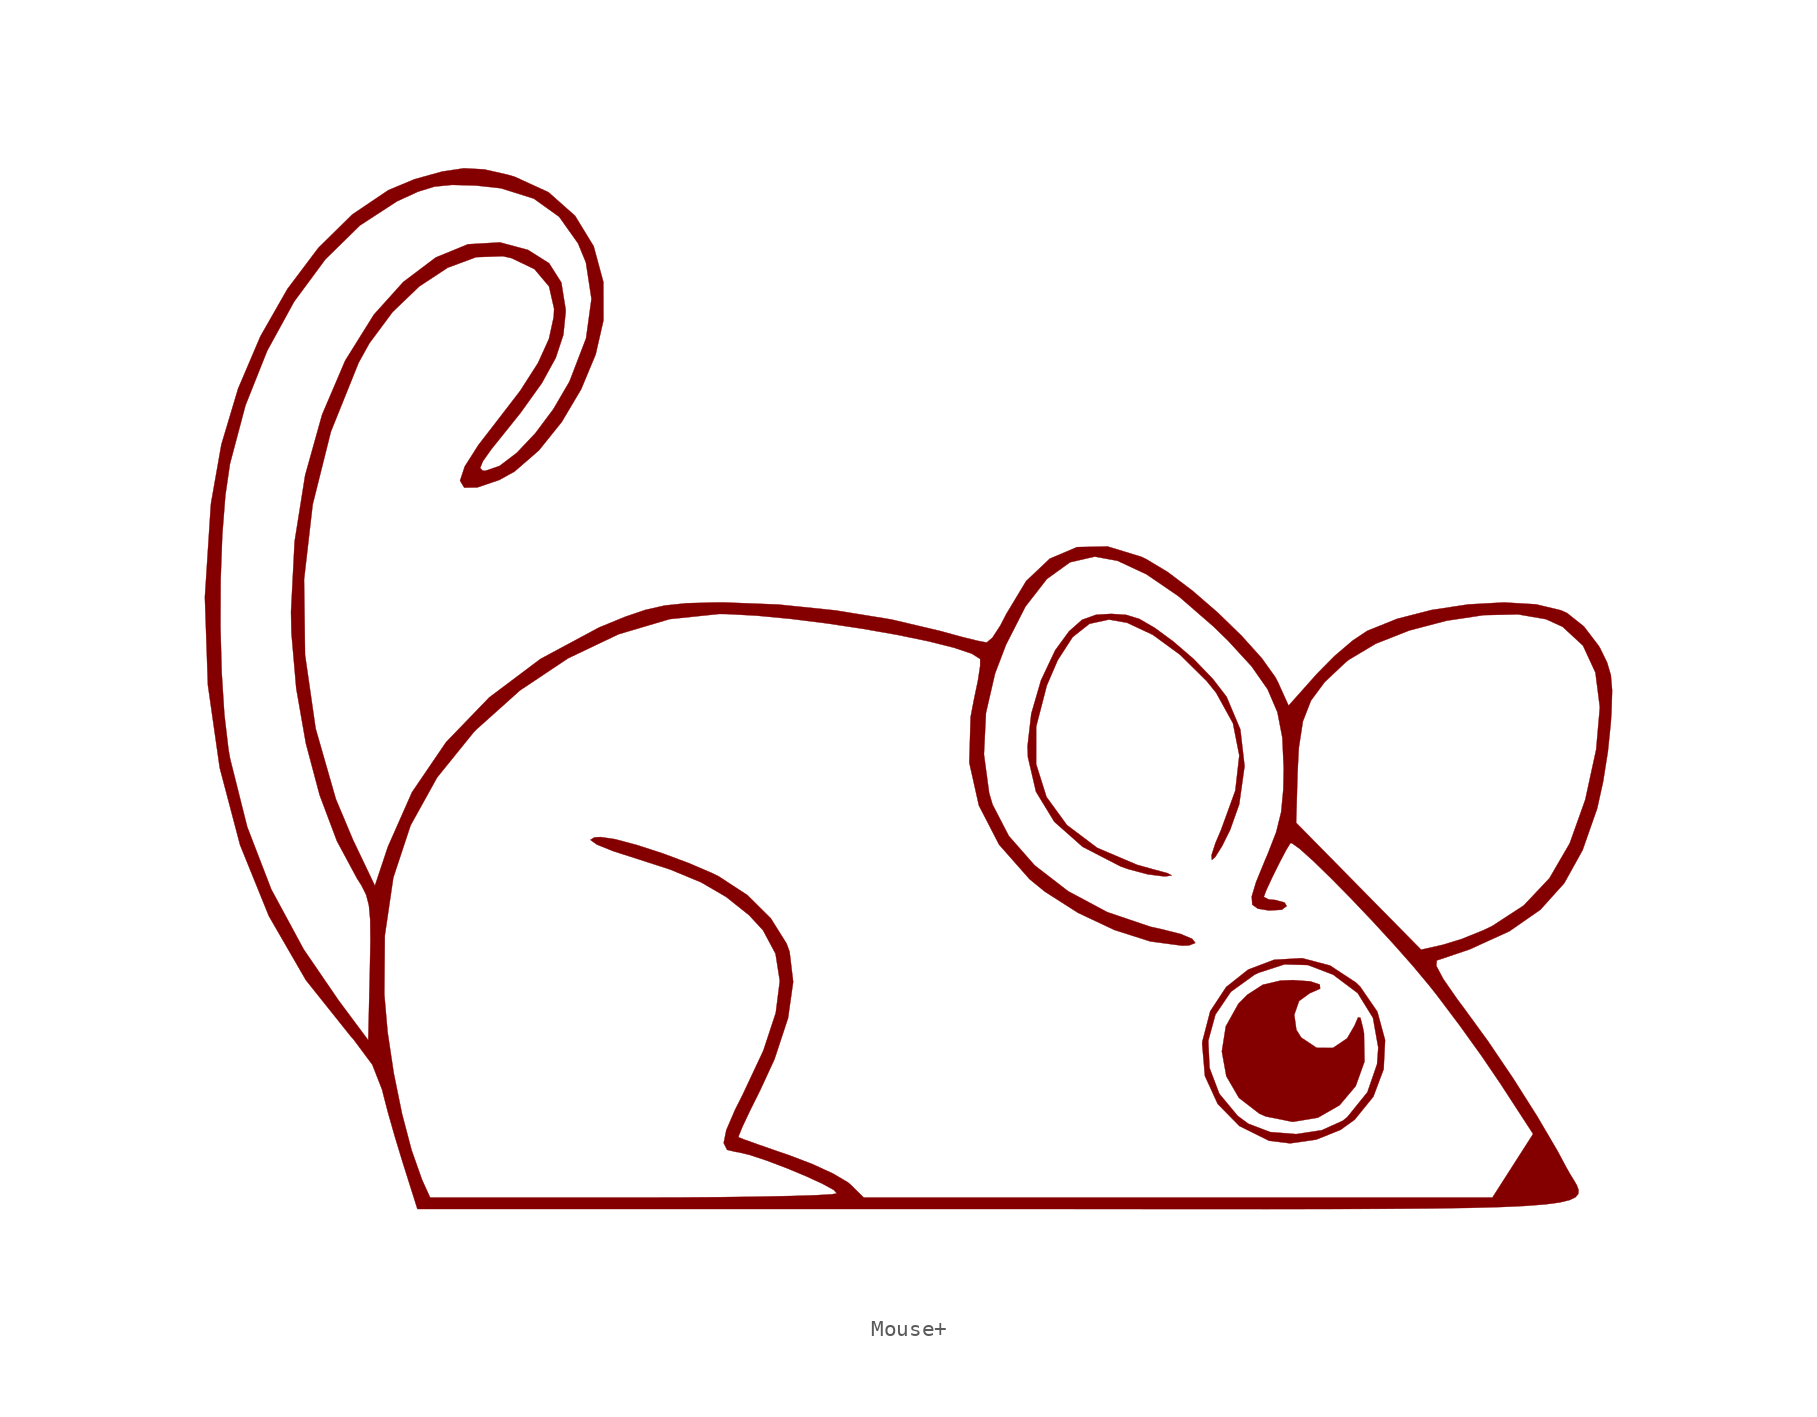
<source format=kicad_sym>
(kicad_symbol_lib
  (version 20220914)
  (generator kicad_symbol_editor)
  (symbol "Mouse+"
    (pin_names
      (offset 1.016))
    (property "Reference" "#G"
      (at 0 32.993 0)
      (effects (font (size 1.27 1.27)) hide))
    (symbol "Mouse+_0_0"
      (polyline (pts (xy 23.773 -26.487) (xy 25.126 -25.711) (xy 26.136 -24.513) (xy 26.685 -22.983) (xy 26.654 -21.212) (xy 26.589 -20.878) (xy 26.43 -20.241) (xy 26.282 -20.218) (xy 26.057 -20.739) (xy 25.596 -21.531) (xy 24.711 -22.125) (xy 23.696 -22.121) (xy 22.73 -21.479) (xy 22.427 -20.994) (xy 22.296 -20.053) (xy 22.595 -19.197) (xy 23.27 -18.702) (xy 23.295 -18.695) (xy 23.912 -18.424) (xy 23.889 -18.163) (xy 23.297 -17.965) (xy 22.208 -17.887) (xy 21.44 -17.917) (xy 20.322 -18.178) (xy 19.356 -18.805) (xy 18.8 -19.365) (xy 18.012 -20.782) (xy 17.767 -22.349) (xy 18.046 -23.895) (xy 18.832 -25.247) (xy 20.108 -26.234) (xy 20.506 -26.41) (xy 22.193 -26.75) (xy 23.773 -26.487)) (stroke (width 0.01) (type default)) (fill (type outline)))
      (polyline (pts (xy 23.667 -27.86) (xy 25.184 -27.251) (xy 26.072 -26.613) (xy 27.241 -25.171) (xy 27.882 -23.459) (xy 27.973 -21.638) (xy 27.491 -19.864) (xy 26.415 -18.297) (xy 26.147 -18.038) (xy 24.529 -16.974) (xy 22.782 -16.515) (xy 21.034 -16.615) (xy 19.409 -17.231) (xy 18.036 -18.319) (xy 17.039 -19.834) (xy 16.56 -21.678) (xy 16.919 -21.678) (xy 17.366 -20.043) (xy 18.332 -18.618) (xy 19.811 -17.551) (xy 20.086 -17.422) (xy 21.684 -16.904) (xy 23.139 -16.945) (xy 24.713 -17.544) (xy 24.724 -17.55) (xy 26.257 -18.7) (xy 27.214 -20.247) (xy 27.545 -22.109) (xy 27.47 -23.139) (xy 26.865 -24.896) (xy 25.608 -26.451) (xy 25.334 -26.673) (xy 24.017 -27.27) (xy 22.412 -27.514) (xy 20.791 -27.386) (xy 19.427 -26.868) (xy 18.757 -26.374) (xy 17.609 -24.991) (xy 16.998 -23.376) (xy 16.919 -21.678) (xy 16.56 -21.678) (xy 16.546 -21.733) (xy 16.535 -21.859) (xy 16.707 -23.878) (xy 17.505 -25.628) (xy 18.864 -27.011) (xy 20.718 -27.931) (xy 22.034 -28.093) (xy 23.667 -27.86)) (stroke (width 0.01) (type default)) (fill (type outline)))
      (polyline (pts (xy 14.296 -11.397) (xy 14.636 -11.34) (xy 14.356 -11.198) (xy 13.415 -10.944) (xy 12.466 -10.679) (xy 9.977 -9.619) (xy 8.085 -8.196) (xy 6.806 -6.439) (xy 6.158 -4.38) (xy 6.159 -2.047) (xy 6.825 0.529) (xy 7.508 2.115) (xy 8.444 3.56) (xy 9.492 4.387) (xy 10.703 4.651) (xy 11.838 4.453) (xy 13.446 3.699) (xy 15.148 2.457) (xy 16.812 0.812) (xy 17.407 0.077) (xy 18.46 -1.829) (xy 18.858 -3.844) (xy 18.607 -6.043) (xy 17.716 -8.499) (xy 17.362 -9.33) (xy 17.12 -10.084) (xy 17.144 -10.375) (xy 17.353 -10.193) (xy 17.782 -9.511) (xy 18.286 -8.496) (xy 18.854 -6.897) (xy 19.188 -4.507) (xy 18.924 -2.217) (xy 18.066 -0.181) (xy 18.051 -0.157) (xy 17.199 0.948) (xy 16.01 2.181) (xy 14.737 3.279) (xy 13.557 4.143) (xy 12.618 4.688) (xy 11.79 4.945) (xy 10.856 5.008) (xy 9.904 4.953) (xy 9.031 4.641) (xy 8.212 3.918) (xy 7.344 2.727) (xy 6.46 0.855) (xy 5.853 -1.233) (xy 5.619 -3.265) (xy 5.642 -3.943) (xy 6.146 -6.11) (xy 7.293 -7.99) (xy 9.059 -9.554) (xy 11.425 -10.775) (xy 11.903 -10.947) (xy 13.138 -11.276) (xy 14.131 -11.401) (xy 14.296 -11.397)) (stroke (width 0.01) (type default)) (fill (type outline)))
      (polyline (pts (xy 24.607 -32.199) (xy 27.987 -32.187) (xy 30.855 -32.164) (xy 33.25 -32.128) (xy 35.211 -32.075) (xy 36.778 -32.002) (xy 37.988 -31.908) (xy 38.882 -31.789) (xy 39.498 -31.642) (xy 39.875 -31.463) (xy 40.052 -31.252) (xy 40.067 -31.004) (xy 39.961 -30.716) (xy 39.772 -30.387) (xy 39.538 -30.012) (xy 39.3 -29.589) (xy 38.752 -28.564) (xy 37.485 -26.405) (xy 35.987 -24.04) (xy 34.4 -21.694) (xy 32.868 -19.589) (xy 32.492 -19.089) (xy 31.613 -17.82) (xy 31.175 -16.998) (xy 31.201 -16.661) (xy 33.251 -15.969) (xy 35.739 -14.837) (xy 37.681 -13.488) (xy 39.175 -11.828) (xy 40.321 -9.762) (xy 41.218 -7.199) (xy 41.247 -7.094) (xy 41.601 -5.492) (xy 41.901 -3.594) (xy 42.085 -1.789) (xy 42.125 -1.14) (xy 42.166 0.213) (xy 42.087 1.171) (xy 41.854 1.964) (xy 41.434 2.824) (xy 41.331 3.007) (xy 40.404 4.22) (xy 39.349 5.06) (xy 38.974 5.231) (xy 37.4 5.606) (xy 35.405 5.723) (xy 33.172 5.6) (xy 30.882 5.253) (xy 28.718 4.698) (xy 26.86 3.95) (xy 25.941 3.337) (xy 24.8 2.365) (xy 23.709 1.259) (xy 21.938 -0.729) (xy 21.278 0.733) (xy 21.116 1.046) (xy 20.268 2.231) (xy 19.021 3.621) (xy 17.525 5.077) (xy 15.93 6.457) (xy 14.388 7.621) (xy 13.048 8.427) (xy 12.728 8.578) (xy 10.622 9.223) (xy 8.712 9.182) (xy 7.011 8.46) (xy 5.531 7.06) (xy 4.284 4.989) (xy 3.922 4.285) (xy 3.422 3.518) (xy 3.068 3.22) (xy 3.05 3.22) (xy 2.49 3.327) (xy 1.468 3.581) (xy 0.19 3.932) (xy 0.17 3.938) (xy -2.898 4.66) (xy -6.374 5.225) (xy -9.961 5.593) (xy -13.364 5.724) (xy -13.95 5.722) (xy -15.709 5.673) (xy -17.065 5.531) (xy -18.262 5.26) (xy -19.541 4.826) (xy -21.174 4.155) (xy -24.831 2.191) (xy -28.036 -0.217) (xy -30.731 -3.011) (xy -32.86 -6.138) (xy -34.366 -9.543) (xy -35.18 -11.985) (xy -36.546 -9.123) (xy -37.62 -6.568) (xy -38.884 -2.16) (xy -39.547 2.452) (xy -39.608 7.156) (xy -39.069 11.84) (xy -37.932 16.393) (xy -36.198 20.704) (xy -35.52 21.929) (xy -34.073 23.878) (xy -32.404 25.479) (xy -30.626 26.65) (xy -28.849 27.307) (xy -27.187 27.367) (xy -26.635 27.245) (xy -25.205 26.559) (xy -24.293 25.475) (xy -23.977 24.076) (xy -24.002 23.566) (xy -24.301 22.198) (xy -24.981 20.698) (xy -26.097 18.956) (xy -27.706 16.864) (xy -28.714 15.56) (xy -29.564 14.223) (xy -29.858 13.336) (xy -29.596 12.899) (xy -28.78 12.912) (xy -27.408 13.376) (xy -26.448 13.906) (xy -24.925 15.229) (xy -23.501 17) (xy -22.283 19.053) (xy -21.377 21.227) (xy -20.891 23.357) (xy -20.897 25.753) (xy -21.503 27.991) (xy -22.665 29.893) (xy -24.331 31.37) (xy -26.449 32.339) (xy -26.886 32.465) (xy -28.346 32.796) (xy -29.612 32.864) (xy -30.969 32.662) (xy -32.7 32.182) (xy -34.343 31.496) (xy -36.596 29.977) (xy -38.716 27.89) (xy -40.648 25.322) (xy -42.339 22.36) (xy -43.733 19.089) (xy -44.778 15.597) (xy -45.419 11.968) (xy -45.44 11.783) (xy -45.81 6.042) (xy -45.747 4.212) (xy -44.835 4.212) (xy -44.822 7.145) (xy -44.72 9.944) (xy -44.527 12.417) (xy -44.243 14.371) (xy -44.239 14.391) (xy -43.269 18.044) (xy -41.912 21.453) (xy -40.228 24.527) (xy -38.275 27.171) (xy -36.113 29.291) (xy -33.802 30.795) (xy -33.783 30.805) (xy -32.488 31.399) (xy -31.454 31.718) (xy -30.358 31.825) (xy -28.874 31.786) (xy -27.299 31.613) (xy -25.246 30.966) (xy -23.662 29.831) (xy -22.484 28.172) (xy -21.99 26.977) (xy -21.642 24.701) (xy -21.98 22.235) (xy -23.002 19.573) (xy -23.052 19.473) (xy -24.023 17.812) (xy -25.146 16.307) (xy -26.306 15.081) (xy -27.389 14.255) (xy -28.279 13.952) (xy -28.451 13.967) (xy -28.601 14.133) (xy -28.425 14.556) (xy -27.874 15.33) (xy -26.897 16.546) (xy -26.07 17.578) (xy -24.744 19.43) (xy -23.874 21.012) (xy -23.398 22.452) (xy -23.253 23.875) (xy -23.255 24.045) (xy -23.524 25.721) (xy -24.292 26.93) (xy -25.614 27.763) (xy -27.361 28.232) (xy -29.364 28.115) (xy -31.374 27.291) (xy -33.408 25.758) (xy -35.245 23.716) (xy -37.038 20.843) (xy -38.48 17.468) (xy -39.542 13.672) (xy -40.2 9.534) (xy -40.425 5.133) (xy -40.399 3.814) (xy -40.098 0.346) (xy -39.496 -3.091) (xy -38.634 -6.328) (xy -37.554 -9.198) (xy -36.298 -11.533) (xy -36.015 -11.978) (xy -35.728 -12.555) (xy -35.556 -13.215) (xy -35.474 -14.115) (xy -35.461 -15.414) (xy -35.495 -17.27) (xy -35.53 -18.782) (xy -34.59 -18.782) (xy -34.56 -15.106) (xy -34.028 -11.48) (xy -32.947 -8.212) (xy -31.287 -5.218) (xy -29.02 -2.414) (xy -28.836 -2.221) (xy -26.106 0.225) (xy -23.099 2.231) (xy -19.941 3.735) (xy -16.753 4.679) (xy -13.662 5.001) (xy -13.181 4.995) (xy -11.313 4.896) (xy -9.189 4.695) (xy -6.932 4.413) (xy -4.661 4.071) (xy -2.498 3.69) (xy -0.563 3.29) (xy 1.021 2.892) (xy 2.135 2.518) (xy 2.658 2.188) (xy 2.659 1.766) (xy 2.519 0.845) (xy 2.265 -0.366) (xy 2.06 -1.445) (xy 1.977 -4.294) (xy 2.576 -6.97) (xy 3.839 -9.418) (xy 5.749 -11.581) (xy 6.696 -12.354) (xy 8.779 -13.685) (xy 11.052 -14.755) (xy 13.296 -15.471) (xy 15.294 -15.737) (xy 15.726 -15.717) (xy 16.112 -15.564) (xy 15.914 -15.308) (xy 15.2 -15.005) (xy 14.042 -14.714) (xy 13.297 -14.549) (xy 10.61 -13.638) (xy 8.161 -12.331) (xy 6.068 -10.715) (xy 4.452 -8.877) (xy 3.43 -6.905) (xy 3.22 -6.186) (xy 2.895 -3.773) (xy 3.02 -1.192) (xy 3.588 1.272) (xy 4.274 3.077) (xy 5.489 5.462) (xy 6.828 7.186) (xy 8.277 8.233) (xy 9.821 8.586) (xy 11.237 8.327) (xy 13.049 7.483) (xy 15.079 6.095) (xy 17.258 4.202) (xy 18.161 3.32) (xy 19.628 1.722) (xy 20.628 0.29) (xy 21.241 -1.141) (xy 21.549 -2.733) (xy 21.633 -4.651) (xy 21.609 -5.969) (xy 21.474 -7.385) (xy 21.309 -8.049) (xy 22.411 -8.049) (xy 22.504 -4.83) (xy 22.58 -3.364) (xy 22.834 -1.711) (xy 23.34 -0.414) (xy 24.19 0.737) (xy 25.475 1.949) (xy 25.717 2.144) (xy 27.388 3.141) (xy 29.484 3.967) (xy 31.801 4.577) (xy 34.134 4.928) (xy 36.278 4.976) (xy 38.029 4.674) (xy 39.069 4.199) (xy 40.344 3.019) (xy 41.121 1.337) (xy 41.397 -0.832) (xy 41.166 -3.476) (xy 40.485 -6.607) (xy 39.512 -9.338) (xy 38.243 -11.52) (xy 36.637 -13.222) (xy 34.654 -14.513) (xy 34.106 -14.774) (xy 32.758 -15.318) (xy 31.595 -15.676) (xy 30.222 -15.984) (xy 26.316 -12.017) (xy 22.411 -8.049) (xy 21.309 -8.049) (xy 21.166 -8.63) (xy 20.627 -10.017) (xy 20.473 -10.374) (xy 19.902 -11.77) (xy 19.634 -12.662) (xy 19.67 -13.172) (xy 20.012 -13.42) (xy 20.66 -13.528) (xy 20.739 -13.534) (xy 21.511 -13.491) (xy 21.823 -13.259) (xy 21.688 -13.038) (xy 21.107 -12.879) (xy 20.692 -12.843) (xy 20.392 -12.686) (xy 20.392 -12.678) (xy 20.554 -12.251) (xy 20.924 -11.454) (xy 21.38 -10.534) (xy 21.798 -9.741) (xy 22.056 -9.32) (xy 22.148 -9.329) (xy 22.652 -9.694) (xy 23.5 -10.459) (xy 24.601 -11.531) (xy 25.865 -12.816) (xy 27.202 -14.223) (xy 28.521 -15.659) (xy 29.733 -17.03) (xy 30.746 -18.245) (xy 31.252 -18.887) (xy 32.636 -20.726) (xy 34.031 -22.67) (xy 35.202 -24.395) (xy 37.224 -27.505) (xy 35.952 -29.493) (xy 34.679 -31.482) (xy 15.031 -31.482) (xy -4.618 -31.482) (xy -5.439 -30.673) (xy -5.625 -30.52) (xy -6.527 -29.988) (xy -7.824 -29.39) (xy -9.301 -28.828) (xy -9.96 -28.603) (xy -11.203 -28.171) (xy -12.085 -27.855) (xy -12.448 -27.712) (xy -12.435 -27.625) (xy -12.197 -27.044) (xy -11.727 -26.046) (xy -11.094 -24.776) (xy -10.201 -22.842) (xy -9.351 -20.263) (xy -9.031 -17.996) (xy -9.256 -16.109) (xy -9.446 -15.596) (xy -10.428 -14.027) (xy -11.896 -12.57) (xy -13.686 -11.401) (xy -14.124 -11.187) (xy -15.581 -10.563) (xy -17.209 -9.957) (xy -18.803 -9.44) (xy -20.156 -9.079) (xy -21.062 -8.944) (xy -21.458 -8.965) (xy -21.711 -9.12) (xy -21.304 -9.414) (xy -20.261 -9.834) (xy -18.607 -10.364) (xy -16.71 -10.979) (xy -14.788 -11.776) (xy -13.216 -12.692) (xy -11.793 -13.827) (xy -10.921 -14.768) (xy -10.135 -16.239) (xy -9.868 -17.941) (xy -10.121 -19.938) (xy -10.897 -22.292) (xy -12.198 -25.066) (xy -12.667 -25.996) (xy -13.213 -27.264) (xy -13.376 -28.07) (xy -13.165 -28.498) (xy -12.589 -28.634) (xy -12.497 -28.64) (xy -11.759 -28.814) (xy -10.693 -29.167) (xy -9.466 -29.632) (xy -8.247 -30.139) (xy -7.201 -30.619) (xy -6.497 -31.005) (xy -6.302 -31.225) (xy -6.621 -31.277) (xy -7.584 -31.333) (xy -9.108 -31.382) (xy -11.108 -31.423) (xy -13.503 -31.455) (xy -16.208 -31.475) (xy -19.142 -31.482) (xy -31.725 -31.482) (xy -32.153 -30.542) (xy -32.243 -30.337) (xy -32.886 -28.514) (xy -33.487 -26.227) (xy -34.002 -23.695) (xy -34.385 -21.14) (xy -34.59 -18.782) (xy -35.53 -18.782) (xy -35.596 -21.644) (xy -37.447 -19.157) (xy -39.627 -15.969) (xy -41.657 -12.212) (xy -43.162 -8.303) (xy -44.23 -4.047) (xy -44.331 -3.478) (xy -44.589 -1.292) (xy -44.757 1.336) (xy -44.835 4.212) (xy -45.747 4.212) (xy -45.621 0.562) (xy -44.883 -4.614) (xy -43.609 -9.444) (xy -41.81 -13.883) (xy -39.496 -17.888) (xy -36.68 -21.416) (xy -36.522 -21.588) (xy -35.34 -23.177) (xy -34.728 -24.745) (xy -34.69 -24.909) (xy -34.371 -26.138) (xy -33.927 -27.697) (xy -33.443 -29.288) (xy -32.524 -32.197) (xy 3.772 -32.197) (xy 5.191 -32.197) (xy 11.007 -32.2) (xy 16.156 -32.202) (xy 20.676 -32.203) (xy 24.607 -32.199)) (stroke (width 0.01) (type default)) (fill (type outline))))))
</source>
